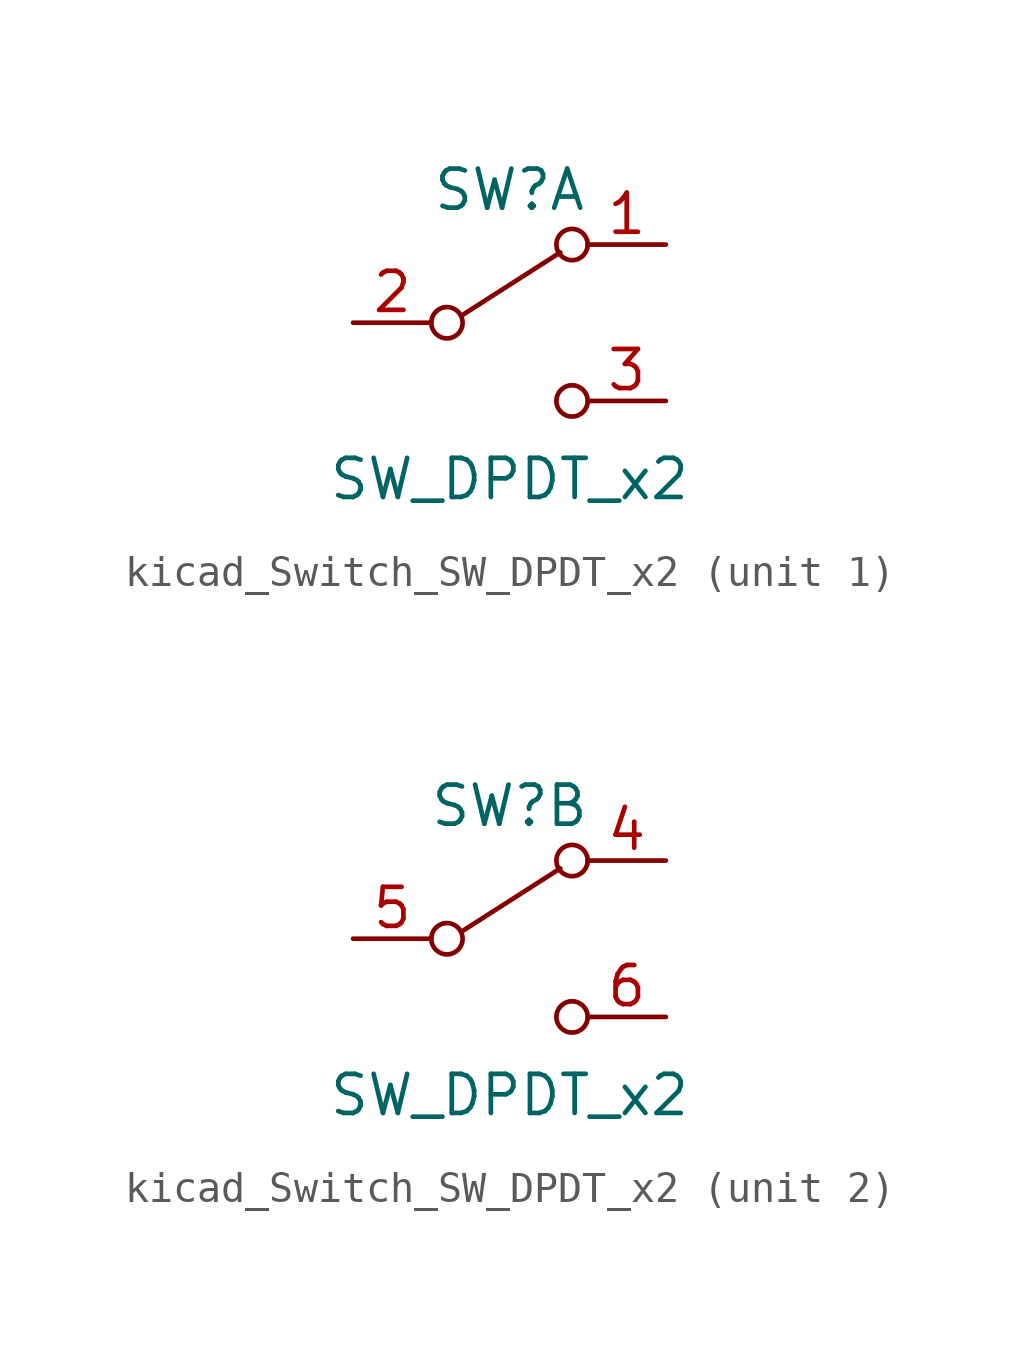
<source format=kicad_sym>
(kicad_symbol_lib
  (version 20220914)
  (generator kicad_symbol_editor)
  (symbol "kicad_Switch_SW_DPDT_x2"
    (pin_names
      (offset 0) hide)
    (property "Reference" "SW"
      (at 0 4.318 0)
      (effects (font (size 1.27 1.27))))
    (property "Value" "SW_DPDT_x2"
      (at 0 -5.08 0)
      (effects (font (size 1.27 1.27))))
    (symbol "kicad_Switch_SW_DPDT_x2_0_0"
      (circle (center -2.032 0) (radius 0.508) (stroke (width 0) (type default)) (fill (type none)))
      (circle (center 2.032 -2.54) (radius 0.508) (stroke (width 0) (type default)) (fill (type none))))
    (symbol "kicad_Switch_SW_DPDT_x2_0_1"
      (polyline (pts (xy -1.524 0.254) (xy 1.651 2.286)) (stroke (width 0) (type default)) (fill (type none)))
      (circle (center 2.032 2.54) (radius 0.508) (stroke (width 0) (type default)) (fill (type none))))
    (symbol "kicad_Switch_SW_DPDT_x2_1_1"
      (pin passive line (at 5.08 2.54 180) (length 2.54) (name "A" (effects (font (size 1.27 1.27)))) (number "1" (effects (font (size 1.27 1.27)))))
      (pin passive line (at -5.08 0 0) (length 2.54) (name "B" (effects (font (size 1.27 1.27)))) (number "2" (effects (font (size 1.27 1.27)))))
      (pin passive line (at 5.08 -2.54 180) (length 2.54) (name "C" (effects (font (size 1.27 1.27)))) (number "3" (effects (font (size 1.27 1.27))))))
    (symbol "kicad_Switch_SW_DPDT_x2_2_1"
      (pin passive line (at 5.08 2.54 180) (length 2.54) (name "A" (effects (font (size 1.27 1.27)))) (number "4" (effects (font (size 1.27 1.27)))))
      (pin passive line (at -5.08 0 0) (length 2.54) (name "B" (effects (font (size 1.27 1.27)))) (number "5" (effects (font (size 1.27 1.27)))))
      (pin passive line (at 5.08 -2.54 180) (length 2.54) (name "C" (effects (font (size 1.27 1.27)))) (number "6" (effects (font (size 1.27 1.27))))))))
</source>
